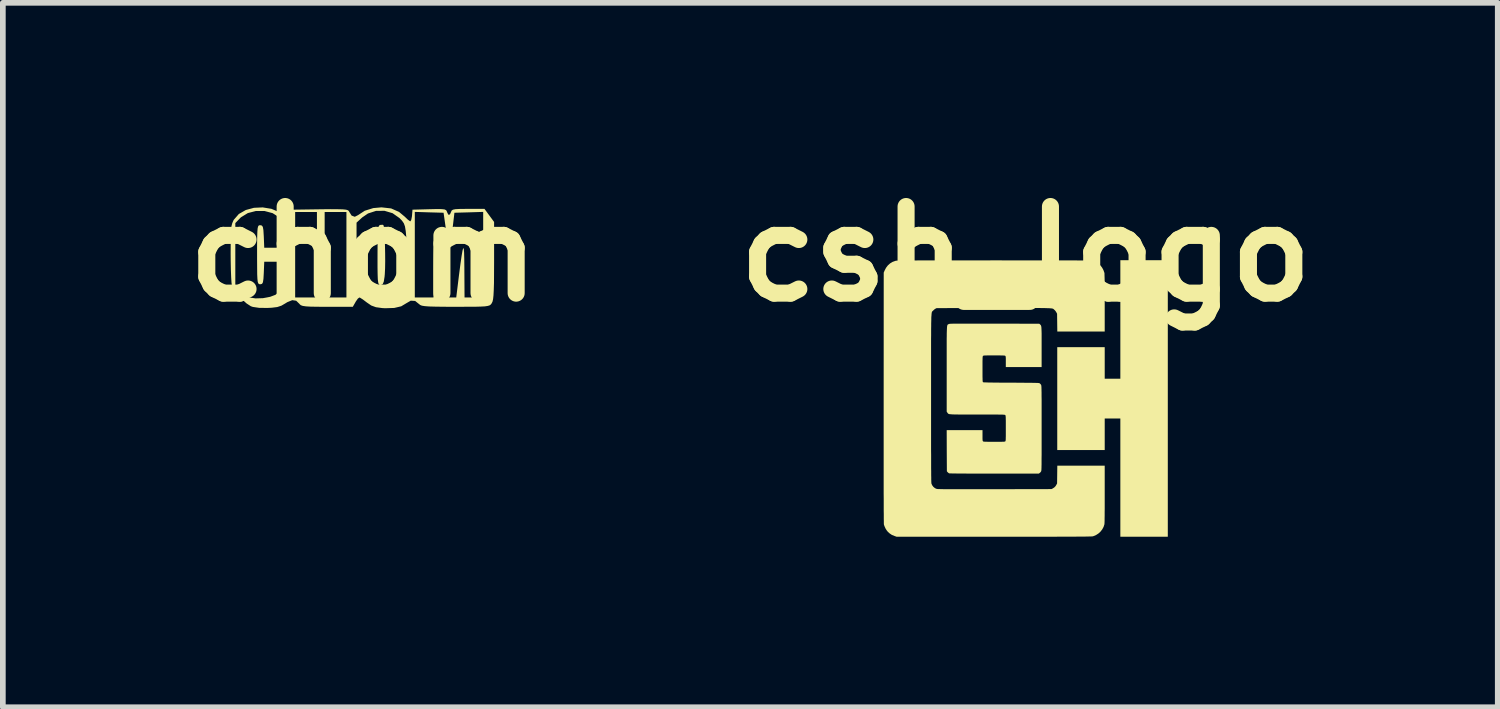
<source format=kicad_pcb>
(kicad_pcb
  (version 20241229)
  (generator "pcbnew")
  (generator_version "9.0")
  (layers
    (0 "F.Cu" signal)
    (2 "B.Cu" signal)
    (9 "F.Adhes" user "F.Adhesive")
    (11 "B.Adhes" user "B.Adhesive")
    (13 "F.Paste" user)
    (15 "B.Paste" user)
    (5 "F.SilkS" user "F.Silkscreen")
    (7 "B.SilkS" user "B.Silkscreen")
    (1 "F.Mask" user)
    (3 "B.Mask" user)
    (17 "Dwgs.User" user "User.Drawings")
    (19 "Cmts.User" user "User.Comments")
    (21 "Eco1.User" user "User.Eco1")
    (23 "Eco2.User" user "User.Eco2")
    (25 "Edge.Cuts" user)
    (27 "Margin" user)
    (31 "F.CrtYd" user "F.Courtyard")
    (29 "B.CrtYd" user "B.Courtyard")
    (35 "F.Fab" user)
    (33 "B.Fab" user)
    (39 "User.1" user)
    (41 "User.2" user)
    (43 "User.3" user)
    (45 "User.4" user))
  (footprint "chom"
    (layer "F.Cu")
    (at 3.346 1.418)
    (property "Reference" "chom" (at 0 0 0) (layer "F.SilkS") (effects (font (size 1.524 1.524) (thickness 0.3))))
    (attr board_only exclude_from_pos_files exclude_from_bom)
    (fp_poly (pts (xy 0.35 -0.507) (xy 0.359 -0.472) (xy 0.366 -0.394) (xy 0.373 -0.284) (xy 0.377 -0.152) (xy 0.38 -0.012) (xy 0.381 0.127) (xy 0.379 0.253) (xy 0.374 0.355) (xy 0.37 0.4) (xy 0.356 0.487) (xy 0.337 0.532) (xy 0.307 0.546) (xy 0.299 0.547) (xy 0.28 0.544) (xy 0.267 0.531) (xy 0.258 0.501) (xy 0.251 0.447) (xy 0.248 0.361) (xy 0.246 0.236) (xy 0.246 0.065) (xy 0.246 0.026) (xy 0.247 -0.158) (xy 0.249 -0.294) (xy 0.253 -0.391) (xy 0.259 -0.453) (xy 0.269 -0.49) (xy 0.283 -0.507) (xy 0.288 -0.51) (xy 0.335 -0.514)) (stroke (width 0) (type solid)) (fill yes) (layer "F.SilkS"))
    (fp_poly (pts (xy 0.485 -0.801) (xy 0.624 -0.74) (xy 0.726 -0.655) (xy 0.779 -0.604) (xy 0.817 -0.576) (xy 0.824 -0.574) (xy 0.839 -0.598) (xy 0.851 -0.658) (xy 0.853 -0.677) (xy 0.861 -0.779) (xy 1.157 -0.787) (xy 1.288 -0.79) (xy 1.374 -0.789) (xy 1.426 -0.783) (xy 1.453 -0.77) (xy 1.466 -0.748) (xy 1.468 -0.739) (xy 1.492 -0.69) (xy 1.52 -0.695) (xy 1.539 -0.738) (xy 1.55 -0.763) (xy 1.573 -0.779) (xy 1.619 -0.788) (xy 1.698 -0.792) (xy 1.82 -0.793) (xy 1.841 -0.793) (xy 2.128 -0.793) (xy 2.297 -0.563) (xy 2.297 0.122) (xy 2.296 0.34) (xy 2.295 0.51) (xy 2.291 0.638) (xy 2.286 0.731) (xy 2.279 0.796) (xy 2.269 0.839) (xy 2.255 0.867) (xy 2.254 0.869) (xy 2.239 0.889) (xy 2.219 0.904) (xy 2.187 0.914) (xy 2.136 0.922) (xy 2.06 0.926) (xy 1.95 0.929) (xy 1.799 0.929) (xy 1.615 0.93) (xy 1.416 0.929) (xy 1.264 0.927) (xy 1.154 0.924) (xy 1.077 0.918) (xy 1.027 0.91) (xy 0.997 0.898) (xy 0.982 0.886) (xy 0.908 0.827) (xy 0.831 0.822) (xy 0.758 0.864) (xy 0.663 0.921) (xy 0.54 0.95) (xy 0.381 0.955) (xy 0.328 0.952) (xy 0.218 0.937) (xy 0.136 0.907) (xy 0.057 0.853) (xy -0.009 0.803) (xy -0.059 0.771) (xy -0.074 0.766) (xy -0.101 0.787) (xy -0.138 0.84) (xy -0.142 0.848) (xy -0.189 0.93) (xy -0.64 0.93) (xy -0.808 0.929) (xy -0.931 0.927) (xy -1.015 0.922) (xy -1.069 0.914) (xy -1.103 0.902) (xy -1.123 0.885) (xy -1.126 0.88) (xy -1.185 0.823) (xy -1.254 0.813) (xy -1.341 0.848) (xy -1.373 0.868) (xy -1.445 0.91) (xy -1.518 0.934) (xy -1.614 0.946) (xy -1.693 0.95) (xy -1.838 0.948) (xy -1.947 0.932) (xy -1.982 0.92) (xy -2.059 0.87) (xy -2.145 0.792) (xy -2.227 0.701) (xy -2.289 0.613) (xy -2.309 0.571) (xy -2.256 0.571) (xy -2.175 0.655) (xy -2.102 0.716) (xy -2.026 0.76) (xy -2.011 0.765) (xy -1.901 0.782) (xy -1.77 0.778) (xy -1.704 0.766) (xy -1.203 0.766) (xy -0.82 0.766) (xy -0.82 0.137) (xy -0.684 0.137) (xy -0.684 0.766) (xy -0.301 0.766) (xy -0.301 0.571) (xy -0.123 0.571) (xy -0.042 0.655) (xy 0.03 0.716) (xy 0.107 0.76) (xy 0.122 0.765) (xy 0.227 0.782) (xy 0.353 0.779) (xy 0.432 0.766) (xy 0.902 0.766) (xy 1.23 0.766) (xy 1.23 0.283) (xy 1.231 0.128) (xy 1.233 -0.005) (xy 1.236 -0.107) (xy 1.24 -0.17) (xy 1.243 -0.187) (xy 1.252 -0.157) (xy 1.266 -0.083) (xy 1.284 0.026) (xy 1.304 0.158) (xy 1.311 0.207) (xy 1.338 0.395) (xy 1.358 0.535) (xy 1.375 0.635) (xy 1.39 0.702) (xy 1.406 0.741) (xy 1.426 0.761) (xy 1.451 0.767) (xy 1.485 0.766) (xy 1.514 0.766) (xy 1.631 0.766) (xy 1.679 0.376) (xy 1.705 0.176) (xy 1.726 0.03) (xy 1.742 -0.063) (xy 1.754 -0.103) (xy 1.763 -0.091) (xy 1.769 -0.028) (xy 1.772 0.087) (xy 1.774 0.252) (xy 1.774 0.28) (xy 1.777 0.766) (xy 2.105 0.766) (xy 2.105 -0.74) (xy 1.852 -0.732) (xy 1.599 -0.725) (xy 1.561 -0.403) (xy 1.546 -0.279) (xy 1.53 -0.18) (xy 1.518 -0.115) (xy 1.509 -0.095) (xy 1.509 -0.095) (xy 1.5 -0.126) (xy 1.486 -0.2) (xy 1.468 -0.305) (xy 1.452 -0.417) (xy 1.408 -0.725) (xy 1.155 -0.732) (xy 0.902 -0.74) (xy 0.902 0.766) (xy 0.432 0.766) (xy 0.475 0.758) (xy 0.569 0.723) (xy 0.57 0.723) (xy 0.641 0.665) (xy 0.694 0.6) (xy 0.719 0.529) (xy 0.739 0.415) (xy 0.753 0.269) (xy 0.762 0.103) (xy 0.763 -0.071) (xy 0.756 -0.242) (xy 0.753 -0.287) (xy 0.742 -0.405) (xy 0.729 -0.484) (xy 0.709 -0.539) (xy 0.677 -0.585) (xy 0.633 -0.631) (xy 0.511 -0.717) (xy 0.369 -0.759) (xy 0.22 -0.758) (xy 0.078 -0.712) (xy -0.024 -0.642) (xy -0.123 -0.551) (xy -0.123 0.571) (xy -0.301 0.571) (xy -0.301 -0.738) (xy -0.684 -0.738) (xy -0.684 -0.164) (xy -0.82 -0.164) (xy -0.82 -0.738) (xy -1.203 -0.738) (xy -1.203 0.766) (xy -1.704 0.766) (xy -1.643 0.754) (xy -1.55 0.719) (xy -1.453 0.633) (xy -1.393 0.509) (xy -1.368 0.345) (xy -1.367 0.308) (xy -1.367 0.137) (xy -1.747 0.137) (xy -1.755 0.335) (xy -1.761 0.438) (xy -1.77 0.498) (xy -1.786 0.526) (xy -1.813 0.533) (xy -1.818 0.533) (xy -1.837 0.531) (xy -1.851 0.519) (xy -1.861 0.491) (xy -1.867 0.44) (xy -1.871 0.357) (xy -1.872 0.236) (xy -1.873 0.09) (xy -1.308 0.09) (xy -1.301 0.105) (xy -1.274 0.134) (xy -1.258 0.128) (xy -1.258 0.125) (xy -1.277 0.102) (xy -1.289 0.093) (xy -1.308 0.09) (xy -1.873 0.09) (xy -1.873 0.069) (xy -1.873 0.014) (xy -1.873 -0.167) (xy -1.871 -0.3) (xy -1.868 -0.392) (xy -1.863 -0.452) (xy -1.854 -0.486) (xy -1.842 -0.502) (xy -1.824 -0.506) (xy -1.818 -0.506) (xy -1.79 -0.5) (xy -1.772 -0.476) (xy -1.762 -0.421) (xy -1.756 -0.325) (xy -1.755 -0.308) (xy -1.747 -0.109) (xy -1.361 -0.109) (xy -1.371 -0.33) (xy -1.378 -0.442) (xy -1.388 -0.514) (xy -1.407 -0.563) (xy -1.442 -0.606) (xy -1.48 -0.642) (xy -1.6 -0.718) (xy -1.743 -0.756) (xy -1.893 -0.756) (xy -2.036 -0.719) (xy -2.157 -0.645) (xy -2.178 -0.624) (xy -2.256 -0.543) (xy -2.256 0.571) (xy -2.309 0.571) (xy -2.316 0.555) (xy -2.323 0.504) (xy -2.329 0.408) (xy -2.334 0.278) (xy -2.337 0.125) (xy -2.338 -0.014) (xy -2.337 -0.192) (xy -2.335 -0.325) (xy -2.33 -0.422) (xy -2.323 -0.491) (xy -2.31 -0.541) (xy -2.293 -0.581) (xy -2.282 -0.602) (xy -2.194 -0.703) (xy -2.072 -0.773) (xy -1.928 -0.812) (xy -1.774 -0.819) (xy -1.621 -0.794) (xy -1.481 -0.735) (xy -1.369 -0.646) (xy -1.311 -0.591) (xy -1.277 -0.582) (xy -1.259 -0.622) (xy -1.253 -0.677) (xy -1.244 -0.779) (xy -0.758 -0.786) (xy -0.583 -0.788) (xy -0.454 -0.787) (xy -0.366 -0.785) (xy -0.308 -0.779) (xy -0.275 -0.769) (xy -0.259 -0.755) (xy -0.254 -0.745) (xy -0.21 -0.675) (xy -0.154 -0.654) (xy -0.095 -0.684) (xy 0.021 -0.76) (xy 0.171 -0.807) (xy 0.316 -0.82)) (stroke (width 0) (type solid)) (fill yes) (layer "F.SilkS")))
  (footprint "csh_logo"
    (layer "F.Cu")
    (at 14.996 3.958)
    (property "Reference" "csh_logo" (at 0 -2.54 0) (layer "F.SilkS") (effects (font (size 1.524 1.524) (thickness 0.3))))
    (attr board_only exclude_from_pos_files exclude_from_bom)
    (fp_poly (pts (xy 2.5 2.435) (xy 1.665 2.435) (xy 1.665 0.355) (xy 1.39 0.355) (xy 1.39 0.91) (xy 0.555 0.91) (xy 0.555 -0.9) (xy 1.39 -0.9) (xy 1.39 -0.345) (xy 1.665 -0.345) (xy 1.665 -2.43) (xy 2.5 -2.43)) (stroke (width 0) (type solid)) (fill yes) (layer "F.SilkS"))
    (fp_poly (pts (xy -0.397 -2.427) (xy -0.252 -2.427) (xy -0.116 -2.427) (xy 0.011 -2.427) (xy 0.13 -2.427) (xy 0.24 -2.427) (xy 0.341 -2.427) (xy 0.435 -2.427) (xy 0.522 -2.427) (xy 0.601 -2.427) (xy 0.674 -2.427) (xy 0.74 -2.427) (xy 0.8 -2.427) (xy 0.854 -2.427) (xy 0.903 -2.426) (xy 0.946 -2.426) (xy 0.984 -2.426) (xy 1.018 -2.426) (xy 1.048 -2.425) (xy 1.073 -2.425) (xy 1.095 -2.424) (xy 1.114 -2.424) (xy 1.129 -2.424) (xy 1.142 -2.423) (xy 1.152 -2.422) (xy 1.161 -2.422) (xy 1.168 -2.421) (xy 1.173 -2.42) (xy 1.177 -2.42) (xy 1.18 -2.419) (xy 1.183 -2.418) (xy 1.203 -2.411) (xy 1.227 -2.401) (xy 1.246 -2.391) (xy 1.282 -2.367) (xy 1.316 -2.336) (xy 1.345 -2.298) (xy 1.367 -2.257) (xy 1.382 -2.215) (xy 1.385 -2.206) (xy 1.386 -2.197) (xy 1.386 -2.179) (xy 1.387 -2.152) (xy 1.388 -2.117) (xy 1.389 -2.073) (xy 1.389 -2.02) (xy 1.389 -1.958) (xy 1.39 -1.886) (xy 1.39 -1.805) (xy 1.39 -1.714) (xy 1.39 -1.677) (xy 1.39 -1.175) (xy 0.556 -1.175) (xy 0.554 -1.331) (xy 0.552 -1.488) (xy 0.539 -1.513) (xy 0.527 -1.532) (xy 0.512 -1.55) (xy 0.504 -1.557) (xy 0.5 -1.561) (xy 0.497 -1.564) (xy 0.493 -1.567) (xy 0.49 -1.57) (xy 0.486 -1.573) (xy 0.481 -1.576) (xy 0.474 -1.578) (xy 0.466 -1.58) (xy 0.455 -1.582) (xy 0.442 -1.583) (xy 0.425 -1.584) (xy 0.406 -1.586) (xy 0.382 -1.586) (xy 0.354 -1.587) (xy 0.321 -1.588) (xy 0.283 -1.588) (xy 0.24 -1.589) (xy 0.191 -1.589) (xy 0.135 -1.589) (xy 0.073 -1.589) (xy 0.003 -1.589) (xy -0.074 -1.589) (xy -0.16 -1.589) (xy -0.253 -1.589) (xy -0.356 -1.589) (xy -0.468 -1.589) (xy -0.565 -1.589) (xy -1.567 -1.587) (xy -1.588 -1.577) (xy -1.603 -1.567) (xy -1.619 -1.553) (xy -1.629 -1.543) (xy -1.632 -1.54) (xy -1.635 -1.537) (xy -1.638 -1.535) (xy -1.641 -1.532) (xy -1.644 -1.53) (xy -1.646 -1.526) (xy -1.649 -1.522) (xy -1.651 -1.516) (xy -1.653 -1.509) (xy -1.654 -1.5) (xy -1.656 -1.488) (xy -1.657 -1.474) (xy -1.658 -1.457) (xy -1.66 -1.436) (xy -1.661 -1.412) (xy -1.661 -1.383) (xy -1.662 -1.351) (xy -1.663 -1.313) (xy -1.663 -1.271) (xy -1.664 -1.223) (xy -1.664 -1.17) (xy -1.664 -1.11) (xy -1.665 -1.044) (xy -1.665 -0.972) (xy -1.665 -0.892) (xy -1.665 -0.805) (xy -1.665 -0.711) (xy -1.665 -0.608) (xy -1.665 -0.497) (xy -1.665 -0.377) (xy -1.665 -0.248) (xy -1.665 -0.11) (xy -1.665 0.005) (xy -1.665 0.15) (xy -1.665 0.286) (xy -1.665 0.412) (xy -1.665 0.529) (xy -1.665 0.638) (xy -1.665 0.738) (xy -1.665 0.83) (xy -1.665 0.915) (xy -1.664 0.992) (xy -1.664 1.062) (xy -1.664 1.126) (xy -1.664 1.183) (xy -1.664 1.234) (xy -1.663 1.28) (xy -1.663 1.32) (xy -1.663 1.355) (xy -1.662 1.386) (xy -1.662 1.412) (xy -1.662 1.434) (xy -1.661 1.452) (xy -1.661 1.467) (xy -1.66 1.479) (xy -1.66 1.489) (xy -1.659 1.496) (xy -1.658 1.5) (xy -1.657 1.504) (xy -1.644 1.532) (xy -1.624 1.558) (xy -1.598 1.579) (xy -1.577 1.59) (xy -1.574 1.591) (xy -1.57 1.592) (xy -1.566 1.593) (xy -1.561 1.594) (xy -1.555 1.595) (xy -1.547 1.596) (xy -1.536 1.596) (xy -1.523 1.597) (xy -1.507 1.597) (xy -1.487 1.598) (xy -1.463 1.598) (xy -1.435 1.599) (xy -1.403 1.599) (xy -1.365 1.599) (xy -1.321 1.599) (xy -1.272 1.599) (xy -1.216 1.599) (xy -1.153 1.599) (xy -1.083 1.599) (xy -1.005 1.599) (xy -0.919 1.599) (xy -0.825 1.599) (xy -0.722 1.599) (xy -0.609 1.599) (xy -0.548 1.599) (xy 0.453 1.597) (xy 0.475 1.586) (xy 0.504 1.567) (xy 0.526 1.544) (xy 0.539 1.522) (xy 0.552 1.498) (xy 0.554 1.341) (xy 0.556 1.185) (xy 1.39 1.185) (xy 1.39 1.687) (xy 1.39 1.782) (xy 1.39 1.867) (xy 1.39 1.942) (xy 1.389 2.008) (xy 1.389 2.065) (xy 1.388 2.112) (xy 1.388 2.15) (xy 1.387 2.18) (xy 1.386 2.201) (xy 1.385 2.213) (xy 1.385 2.216) (xy 1.37 2.262) (xy 1.347 2.305) (xy 1.316 2.345) (xy 1.28 2.378) (xy 1.238 2.405) (xy 1.193 2.424) (xy 1.181 2.428) (xy 1.178 2.428) (xy 1.173 2.429) (xy 1.165 2.429) (xy 1.156 2.43) (xy 1.143 2.431) (xy 1.128 2.431) (xy 1.109 2.431) (xy 1.086 2.432) (xy 1.06 2.432) (xy 1.029 2.433) (xy 0.994 2.433) (xy 0.954 2.433) (xy 0.909 2.433) (xy 0.858 2.434) (xy 0.802 2.434) (xy 0.739 2.434) (xy 0.671 2.434) (xy 0.595 2.434) (xy 0.512 2.435) (xy 0.422 2.435) (xy 0.325 2.435) (xy 0.22 2.435) (xy 0.106 2.435) (xy -0.016 2.435) (xy -0.147 2.435) (xy -0.288 2.435) (xy -0.437 2.435) (xy -0.56 2.435) (xy -2.272 2.435) (xy -2.309 2.422) (xy -2.355 2.403) (xy -2.395 2.376) (xy -2.424 2.35) (xy -2.445 2.324) (xy -2.465 2.293) (xy -2.481 2.259) (xy -2.493 2.227) (xy -2.495 2.219) (xy -2.495 2.213) (xy -2.496 2.201) (xy -2.496 2.182) (xy -2.496 2.156) (xy -2.497 2.123) (xy -2.497 2.082) (xy -2.497 2.035) (xy -2.498 1.98) (xy -2.498 1.917) (xy -2.498 1.846) (xy -2.498 1.767) (xy -2.499 1.68) (xy -2.499 1.585) (xy -2.499 1.482) (xy -2.499 1.37) (xy -2.499 1.249) (xy -2.499 1.12) (xy -2.499 0.981) (xy -2.499 0.833) (xy -2.499 0.676) (xy -2.499 0.51) (xy -2.499 0.334) (xy -2.499 0.148) (xy -2.499 -0.01) (xy -2.498 -2.212) (xy -2.482 -2.249) (xy -2.457 -2.297) (xy -2.425 -2.339) (xy -2.386 -2.374) (xy -2.341 -2.401) (xy -2.29 -2.419) (xy -2.285 -2.421) (xy -2.281 -2.421) (xy -2.275 -2.422) (xy -2.266 -2.422) (xy -2.255 -2.423) (xy -2.239 -2.423) (xy -2.221 -2.424) (xy -2.198 -2.424) (xy -2.172 -2.425) (xy -2.14 -2.425) (xy -2.104 -2.425) (xy -2.063 -2.426) (xy -2.017 -2.426) (xy -1.965 -2.426) (xy -1.907 -2.426) (xy -1.842 -2.427) (xy -1.771 -2.427) (xy -1.694 -2.427) (xy -1.609 -2.427) (xy -1.516 -2.427) (xy -1.416 -2.427) (xy -1.308 -2.427) (xy -1.191 -2.427) (xy -1.066 -2.427) (xy -0.932 -2.427) (xy -0.788 -2.427) (xy -0.635 -2.427) (xy -0.552 -2.428)) (stroke (width 0) (type solid)) (fill yes) (layer "F.SilkS"))
    (fp_poly (pts (xy -0.957 -1.314) (xy -0.886 -1.314) (xy -0.806 -1.314) (xy -0.718 -1.314) (xy -0.62 -1.314) (xy -0.551 -1.314) (xy 0.239 -1.312) (xy 0.253 -1.3) (xy 0.258 -1.295) (xy 0.262 -1.291) (xy 0.266 -1.286) (xy 0.269 -1.28) (xy 0.272 -1.271) (xy 0.274 -1.261) (xy 0.276 -1.247) (xy 0.277 -1.228) (xy 0.278 -1.205) (xy 0.279 -1.177) (xy 0.28 -1.142) (xy 0.28 -1.101) (xy 0.28 -1.051) (xy 0.28 -0.994) (xy 0.28 -0.927) (xy 0.28 -0.55) (xy -0.35 -0.55) (xy -0.35 -0.644) (xy -0.35 -0.677) (xy -0.35 -0.702) (xy -0.351 -0.72) (xy -0.352 -0.732) (xy -0.354 -0.739) (xy -0.357 -0.744) (xy -0.359 -0.747) (xy -0.362 -0.749) (xy -0.367 -0.751) (xy -0.375 -0.752) (xy -0.387 -0.753) (xy -0.403 -0.754) (xy -0.426 -0.754) (xy -0.455 -0.755) (xy -0.491 -0.755) (xy -0.536 -0.755) (xy -0.556 -0.755) (xy -0.604 -0.755) (xy -0.644 -0.755) (xy -0.675 -0.755) (xy -0.699 -0.754) (xy -0.718 -0.754) (xy -0.731 -0.753) (xy -0.74 -0.751) (xy -0.746 -0.75) (xy -0.749 -0.748) (xy -0.752 -0.746) (xy -0.754 -0.743) (xy -0.755 -0.738) (xy -0.757 -0.731) (xy -0.758 -0.72) (xy -0.759 -0.705) (xy -0.759 -0.684) (xy -0.76 -0.657) (xy -0.76 -0.623) (xy -0.76 -0.582) (xy -0.76 -0.531) (xy -0.76 -0.514) (xy -0.76 -0.461) (xy -0.76 -0.416) (xy -0.76 -0.38) (xy -0.759 -0.352) (xy -0.759 -0.329) (xy -0.758 -0.313) (xy -0.757 -0.301) (xy -0.756 -0.293) (xy -0.754 -0.288) (xy -0.752 -0.285) (xy -0.752 -0.284) (xy -0.749 -0.283) (xy -0.743 -0.282) (xy -0.734 -0.281) (xy -0.72 -0.28) (xy -0.702 -0.28) (xy -0.678 -0.279) (xy -0.649 -0.278) (xy -0.614 -0.278) (xy -0.572 -0.277) (xy -0.522 -0.277) (xy -0.464 -0.276) (xy -0.398 -0.276) (xy -0.323 -0.275) (xy -0.255 -0.275) (xy -0.174 -0.275) (xy -0.103 -0.274) (xy -0.04 -0.274) (xy 0.014 -0.273) (xy 0.061 -0.273) (xy 0.101 -0.273) (xy 0.134 -0.272) (xy 0.162 -0.272) (xy 0.184 -0.271) (xy 0.202 -0.271) (xy 0.216 -0.27) (xy 0.226 -0.269) (xy 0.234 -0.268) (xy 0.239 -0.267) (xy 0.243 -0.265) (xy 0.246 -0.264) (xy 0.248 -0.262) (xy 0.261 -0.25) (xy 0.271 -0.236) (xy 0.271 -0.235) (xy 0.272 -0.232) (xy 0.274 -0.228) (xy 0.274 -0.223) (xy 0.275 -0.216) (xy 0.276 -0.207) (xy 0.277 -0.194) (xy 0.277 -0.178) (xy 0.278 -0.159) (xy 0.278 -0.135) (xy 0.279 -0.106) (xy 0.279 -0.072) (xy 0.279 -0.033) (xy 0.28 0.013) (xy 0.28 0.066) (xy 0.28 0.126) (xy 0.28 0.194) (xy 0.28 0.27) (xy 0.28 0.354) (xy 0.28 0.448) (xy 0.28 0.525) (xy 0.28 0.626) (xy 0.28 0.717) (xy 0.28 0.8) (xy 0.28 0.874) (xy 0.28 0.939) (xy 0.28 0.997) (xy 0.279 1.049) (xy 0.279 1.093) (xy 0.279 1.131) (xy 0.279 1.164) (xy 0.278 1.191) (xy 0.278 1.214) (xy 0.277 1.233) (xy 0.277 1.248) (xy 0.276 1.259) (xy 0.275 1.268) (xy 0.274 1.275) (xy 0.273 1.279) (xy 0.272 1.283) (xy 0.271 1.285) (xy 0.261 1.3) (xy 0.247 1.312) (xy 0.246 1.314) (xy 0.229 1.325) (xy -0.554 1.325) (xy -0.642 1.325) (xy -0.728 1.325) (xy -0.81 1.324) (xy -0.888 1.324) (xy -0.962 1.324) (xy -1.031 1.324) (xy -1.095 1.323) (xy -1.153 1.323) (xy -1.204 1.323) (xy -1.249 1.322) (xy -1.286 1.322) (xy -1.314 1.321) (xy -1.335 1.321) (xy -1.346 1.32) (xy -1.347 1.32) (xy -1.357 1.314) (xy -1.369 1.304) (xy -1.373 1.3) (xy -1.387 1.284) (xy -1.389 0.922) (xy -1.39 0.56) (xy -0.76 0.56) (xy -0.76 0.654) (xy -0.76 0.687) (xy -0.76 0.712) (xy -0.759 0.73) (xy -0.758 0.742) (xy -0.756 0.749) (xy -0.753 0.754) (xy -0.751 0.757) (xy -0.748 0.759) (xy -0.743 0.761) (xy -0.735 0.762) (xy -0.723 0.763) (xy -0.707 0.764) (xy -0.684 0.764) (xy -0.655 0.765) (xy -0.619 0.765) (xy -0.574 0.765) (xy -0.554 0.765) (xy -0.506 0.765) (xy -0.466 0.765) (xy -0.435 0.765) (xy -0.411 0.764) (xy -0.392 0.764) (xy -0.379 0.763) (xy -0.37 0.761) (xy -0.364 0.76) (xy -0.361 0.758) (xy -0.358 0.756) (xy -0.356 0.753) (xy -0.355 0.748) (xy -0.353 0.741) (xy -0.352 0.73) (xy -0.351 0.715) (xy -0.351 0.694) (xy -0.35 0.667) (xy -0.35 0.633) (xy -0.35 0.591) (xy -0.35 0.54) (xy -0.35 0.526) (xy -0.35 0.473) (xy -0.35 0.429) (xy -0.35 0.394) (xy -0.351 0.366) (xy -0.351 0.344) (xy -0.352 0.327) (xy -0.353 0.316) (xy -0.354 0.307) (xy -0.355 0.302) (xy -0.357 0.298) (xy -0.36 0.295) (xy -0.36 0.295) (xy -0.362 0.293) (xy -0.364 0.292) (xy -0.368 0.291) (xy -0.373 0.289) (xy -0.381 0.289) (xy -0.391 0.288) (xy -0.405 0.287) (xy -0.423 0.286) (xy -0.446 0.286) (xy -0.475 0.286) (xy -0.509 0.285) (xy -0.55 0.285) (xy -0.597 0.285) (xy -0.653 0.285) (xy -0.717 0.285) (xy -0.79 0.285) (xy -0.851 0.285) (xy -0.933 0.285) (xy -1.006 0.285) (xy -1.07 0.285) (xy -1.126 0.285) (xy -1.174 0.285) (xy -1.215 0.284) (xy -1.249 0.284) (xy -1.278 0.283) (xy -1.302 0.282) (xy -1.321 0.28) (xy -1.336 0.279) (xy -1.347 0.277) (xy -1.356 0.274) (xy -1.362 0.271) (xy -1.367 0.267) (xy -1.37 0.263) (xy -1.373 0.259) (xy -1.377 0.253) (xy -1.379 0.251) (xy -1.39 0.234) (xy -1.39 -0.514) (xy -1.39 -0.617) (xy -1.39 -0.71) (xy -1.39 -0.794) (xy -1.39 -0.87) (xy -1.39 -0.937) (xy -1.39 -0.997) (xy -1.39 -1.05) (xy -1.389 -1.096) (xy -1.389 -1.136) (xy -1.388 -1.17) (xy -1.387 -1.199) (xy -1.386 -1.223) (xy -1.385 -1.242) (xy -1.384 -1.258) (xy -1.382 -1.27) (xy -1.38 -1.28) (xy -1.378 -1.287) (xy -1.376 -1.292) (xy -1.373 -1.296) (xy -1.37 -1.298) (xy -1.366 -1.3) (xy -1.362 -1.302) (xy -1.358 -1.305) (xy -1.358 -1.305) (xy -1.355 -1.306) (xy -1.353 -1.308) (xy -1.349 -1.309) (xy -1.345 -1.31) (xy -1.338 -1.31) (xy -1.33 -1.311) (xy -1.319 -1.312) (xy -1.304 -1.312) (xy -1.286 -1.313) (xy -1.264 -1.313) (xy -1.238 -1.314) (xy -1.206 -1.314) (xy -1.169 -1.314) (xy -1.126 -1.314) (xy -1.077 -1.314) (xy -1.021 -1.314)) (stroke (width 0) (type solid)) (fill yes) (layer "F.SilkS")))
  (gr_rect
    (start -3 -3)
    (end 23.301 9.393)
    (stroke (width 0.1) (type default))
    (fill no)
    (layer "Edge.Cuts")))
</source>
